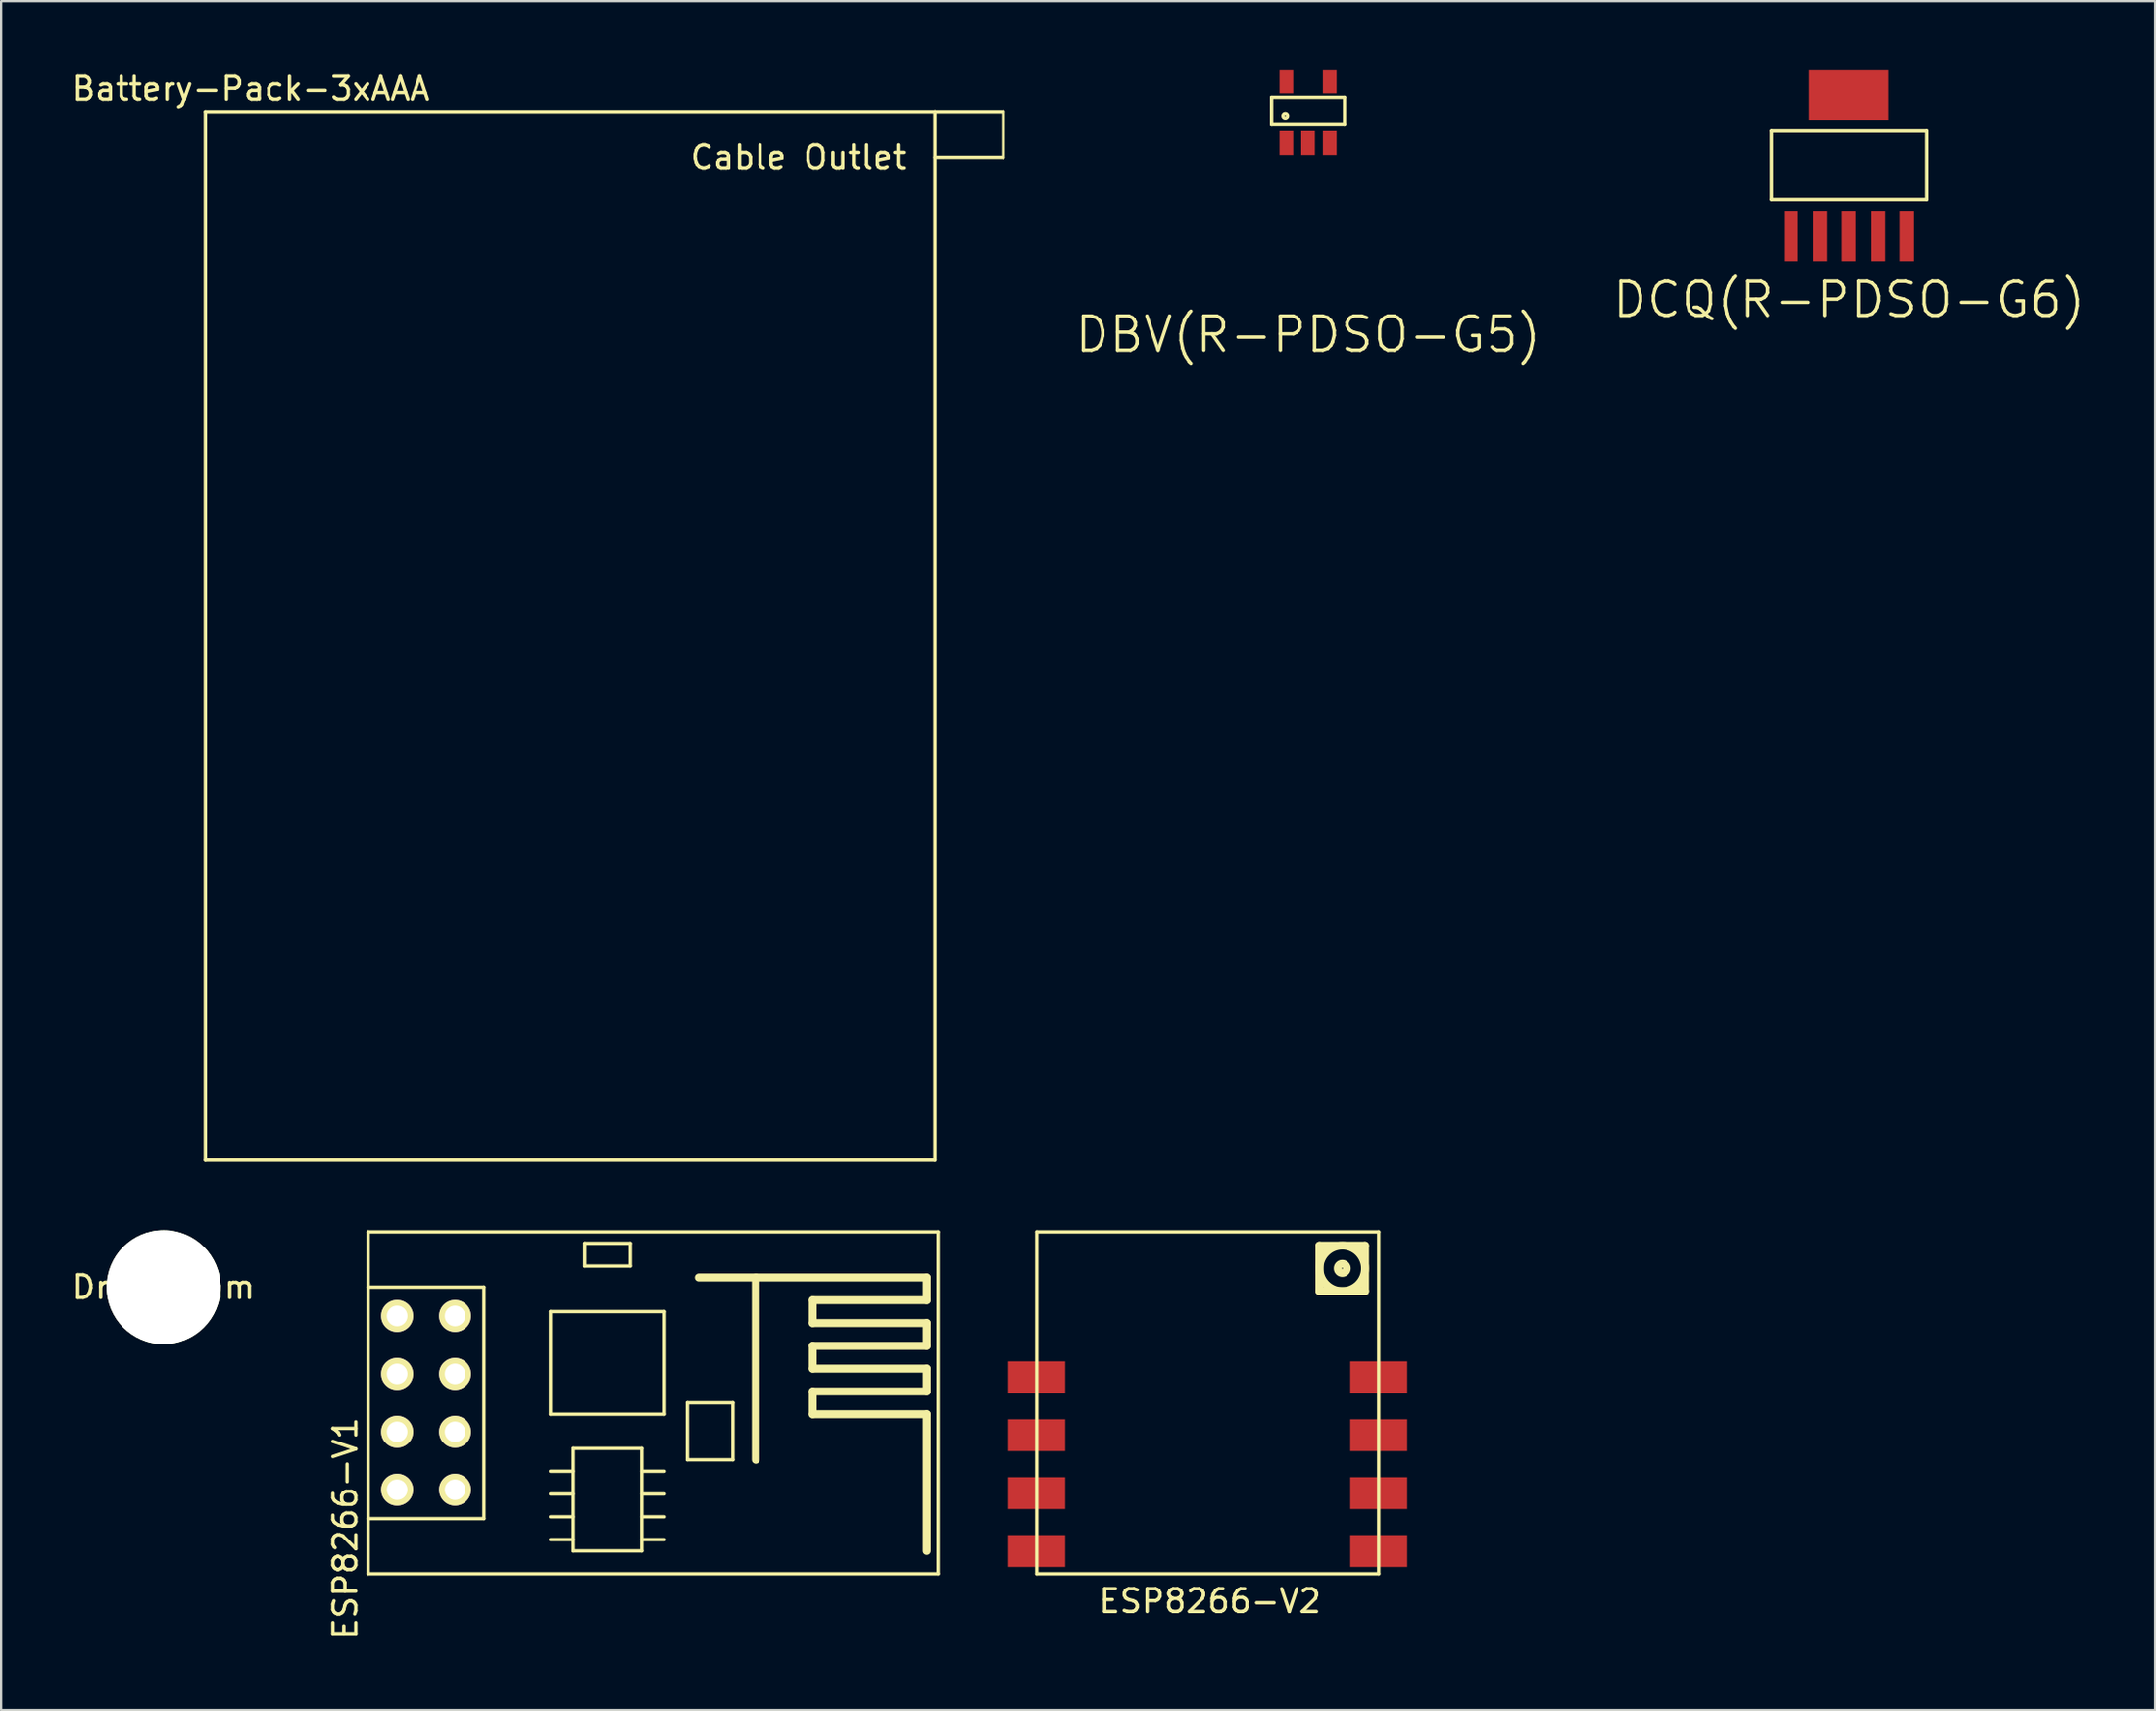
<source format=kicad_pcb>
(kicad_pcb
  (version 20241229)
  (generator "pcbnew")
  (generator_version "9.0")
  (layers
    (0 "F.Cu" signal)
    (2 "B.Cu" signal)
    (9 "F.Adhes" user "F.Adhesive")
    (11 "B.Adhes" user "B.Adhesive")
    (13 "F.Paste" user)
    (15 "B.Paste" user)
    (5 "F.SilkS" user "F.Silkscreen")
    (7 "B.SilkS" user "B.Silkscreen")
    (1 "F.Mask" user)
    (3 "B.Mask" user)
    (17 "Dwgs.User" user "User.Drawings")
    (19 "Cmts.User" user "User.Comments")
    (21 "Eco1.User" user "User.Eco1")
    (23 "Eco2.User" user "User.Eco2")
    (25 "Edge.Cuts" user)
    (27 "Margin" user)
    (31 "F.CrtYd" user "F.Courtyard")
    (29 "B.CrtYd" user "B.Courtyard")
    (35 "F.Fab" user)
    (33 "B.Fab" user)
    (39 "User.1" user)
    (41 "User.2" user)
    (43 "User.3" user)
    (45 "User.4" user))
  (footprint "ESP8266-V1"
    (layer "F.Cu")
    (at 14.368 54.688)
    (property "Reference" "ESP8266-V1" (at -2.27 9.31 90) (layer "F.SilkS") (effects (font (size 1 1) (thickness 0.15))))
    (attr through_hole)
    (fp_line (start -1.27 -3.69) (end 23.73 -3.69) (stroke (width 0.15) (type solid)) (layer "F.SilkS"))
    (fp_line (start -1.27 8.89) (end 3.81 8.89) (stroke (width 0.15) (type solid)) (layer "F.SilkS"))
    (fp_line (start -1.27 11.31) (end -1.27 -3.69) (stroke (width 0.15) (type solid)) (layer "F.SilkS"))
    (fp_line (start 3.81 -1.27) (end -1.27 -1.27) (stroke (width 0.15) (type solid)) (layer "F.SilkS"))
    (fp_line (start 3.81 8.89) (end 3.81 -1.27) (stroke (width 0.15) (type solid)) (layer "F.SilkS"))
    (fp_line (start 6.73 -0.19) (end 6.73 4.31) (stroke (width 0.15) (type solid)) (layer "F.SilkS"))
    (fp_line (start 6.73 4.31) (end 11.73 4.31) (stroke (width 0.15) (type solid)) (layer "F.SilkS"))
    (fp_line (start 7.73 5.81) (end 10.73 5.81) (stroke (width 0.15) (type solid)) (layer "F.SilkS"))
    (fp_line (start 7.73 6.81) (end 6.73 6.81) (stroke (width 0.15) (type solid)) (layer "F.SilkS"))
    (fp_line (start 7.73 7.81) (end 6.73 7.81) (stroke (width 0.15) (type solid)) (layer "F.SilkS"))
    (fp_line (start 7.73 8.81) (end 6.73 8.81) (stroke (width 0.15) (type solid)) (layer "F.SilkS"))
    (fp_line (start 7.73 9.81) (end 6.73 9.81) (stroke (width 0.15) (type solid)) (layer "F.SilkS"))
    (fp_line (start 7.73 10.31) (end 7.73 5.81) (stroke (width 0.15) (type solid)) (layer "F.SilkS"))
    (fp_line (start 8.23 -3.19) (end 8.23 -2.19) (stroke (width 0.15) (type solid)) (layer "F.SilkS"))
    (fp_line (start 8.23 -2.19) (end 10.23 -2.19) (stroke (width 0.15) (type solid)) (layer "F.SilkS"))
    (fp_line (start 10.23 -3.19) (end 8.23 -3.19) (stroke (width 0.15) (type solid)) (layer "F.SilkS"))
    (fp_line (start 10.23 -2.19) (end 10.23 -3.19) (stroke (width 0.15) (type solid)) (layer "F.SilkS"))
    (fp_line (start 10.73 5.81) (end 10.73 10.31) (stroke (width 0.15) (type solid)) (layer "F.SilkS"))
    (fp_line (start 10.73 6.81) (end 11.73 6.81) (stroke (width 0.15) (type solid)) (layer "F.SilkS"))
    (fp_line (start 10.73 7.81) (end 11.73 7.81) (stroke (width 0.15) (type solid)) (layer "F.SilkS"))
    (fp_line (start 10.73 8.81) (end 11.73 8.81) (stroke (width 0.15) (type solid)) (layer "F.SilkS"))
    (fp_line (start 10.73 9.81) (end 11.73 9.81) (stroke (width 0.15) (type solid)) (layer "F.SilkS"))
    (fp_line (start 10.73 10.31) (end 7.73 10.31) (stroke (width 0.15) (type solid)) (layer "F.SilkS"))
    (fp_line (start 11.73 -0.19) (end 6.73 -0.19) (stroke (width 0.15) (type solid)) (layer "F.SilkS"))
    (fp_line (start 11.73 4.31) (end 11.73 -0.19) (stroke (width 0.15) (type solid)) (layer "F.SilkS"))
    (fp_line (start 12.73 3.81) (end 14.73 3.81) (stroke (width 0.15) (type solid)) (layer "F.SilkS"))
    (fp_line (start 12.73 6.31) (end 12.73 3.81) (stroke (width 0.15) (type solid)) (layer "F.SilkS"))
    (fp_line (start 13.23 -1.69) (end 23.23 -1.69) (stroke (width 0.35) (type solid)) (layer "F.SilkS"))
    (fp_line (start 14.73 3.81) (end 14.73 6.31) (stroke (width 0.15) (type solid)) (layer "F.SilkS"))
    (fp_line (start 14.73 6.31) (end 12.73 6.31) (stroke (width 0.15) (type solid)) (layer "F.SilkS"))
    (fp_line (start 15.73 -1.69) (end 15.73 6.31) (stroke (width 0.35) (type solid)) (layer "F.SilkS"))
    (fp_line (start 18.23 -0.69) (end 18.23 0.31) (stroke (width 0.35) (type solid)) (layer "F.SilkS"))
    (fp_line (start 18.23 0.31) (end 23.23 0.31) (stroke (width 0.35) (type solid)) (layer "F.SilkS"))
    (fp_line (start 18.23 1.31) (end 18.23 2.31) (stroke (width 0.35) (type solid)) (layer "F.SilkS"))
    (fp_line (start 18.23 2.31) (end 23.23 2.31) (stroke (width 0.35) (type solid)) (layer "F.SilkS"))
    (fp_line (start 18.23 3.31) (end 18.23 4.31) (stroke (width 0.35) (type solid)) (layer "F.SilkS"))
    (fp_line (start 18.23 4.31) (end 23.23 4.31) (stroke (width 0.35) (type solid)) (layer "F.SilkS"))
    (fp_line (start 23.23 -1.69) (end 23.23 -0.69) (stroke (width 0.35) (type solid)) (layer "F.SilkS"))
    (fp_line (start 23.23 -0.69) (end 18.23 -0.69) (stroke (width 0.35) (type solid)) (layer "F.SilkS"))
    (fp_line (start 23.23 0.31) (end 23.23 1.31) (stroke (width 0.35) (type solid)) (layer "F.SilkS"))
    (fp_line (start 23.23 1.31) (end 18.23 1.31) (stroke (width 0.35) (type solid)) (layer "F.SilkS"))
    (fp_line (start 23.23 2.31) (end 23.23 3.31) (stroke (width 0.35) (type solid)) (layer "F.SilkS"))
    (fp_line (start 23.23 3.31) (end 18.23 3.31) (stroke (width 0.35) (type solid)) (layer "F.SilkS"))
    (fp_line (start 23.23 4.31) (end 23.23 10.31) (stroke (width 0.35) (type solid)) (layer "F.SilkS"))
    (fp_line (start 23.73 -3.69) (end 23.73 11.31) (stroke (width 0.15) (type solid)) (layer "F.SilkS"))
    (fp_line (start 23.73 11.31) (end -1.27 11.31) (stroke (width 0.15) (type solid)) (layer "F.SilkS"))
    (pad "1" thru_hole circle (at 0 0 90) (size 1.4 1.4) (drill 0.9) (layers "*.Cu" "*.Mask" "F.SilkS"))
    (pad "2" thru_hole circle (at 2.54 0 90) (size 1.4 1.4) (drill 0.9) (layers "*.Cu" "*.Mask" "F.SilkS"))
    (pad "3" thru_hole circle (at 0 2.54 90) (size 1.4 1.4) (drill 0.9) (layers "*.Cu" "*.Mask" "F.SilkS"))
    (pad "4" thru_hole circle (at 2.54 2.54 90) (size 1.4 1.4) (drill 0.9) (layers "*.Cu" "*.Mask" "F.SilkS"))
    (pad "5" thru_hole circle (at 0 5.08 90) (size 1.4 1.4) (drill 0.9) (layers "*.Cu" "*.Mask" "F.SilkS"))
    (pad "6" thru_hole circle (at 2.54 5.08 90) (size 1.4 1.4) (drill 0.9) (layers "*.Cu" "*.Mask" "F.SilkS"))
    (pad "7" thru_hole circle (at 0 7.62 90) (size 1.4 1.4) (drill 0.9) (layers "*.Cu" "*.Mask" "F.SilkS"))
    (pad "8" thru_hole circle (at 2.54 7.62 90) (size 1.4 1.4) (drill 0.9) (layers "*.Cu" "*.Mask" "F.SilkS")))
  (footprint "Battery-Pack-3xAAA"
    (layer "F.Cu")
    (at 21.958 24.848)
    (property "Reference" "Battery-Pack-3xAAA" (at -14 -24 0) (layer "F.SilkS") (effects (font (size 1 1) (thickness 0.15))))
    (attr through_hole)
    (fp_line (start -16 -23) (end -16 23) (stroke (width 0.15) (type solid)) (layer "F.SilkS"))
    (fp_line (start -16 23) (end 16 23) (stroke (width 0.15) (type solid)) (layer "F.SilkS"))
    (fp_line (start 16 -23) (end -16 -23) (stroke (width 0.15) (type solid)) (layer "F.SilkS"))
    (fp_line (start 16 -23) (end 19 -23) (stroke (width 0.15) (type solid)) (layer "F.SilkS"))
    (fp_line (start 16 23) (end 16 -23) (stroke (width 0.15) (type solid)) (layer "F.SilkS"))
    (fp_line (start 19 -23) (end 19 -21) (stroke (width 0.15) (type solid)) (layer "F.SilkS"))
    (fp_line (start 19 -21) (end 16 -21) (stroke (width 0.15) (type solid)) (layer "F.SilkS"))
    (fp_text user "Cable Outlet" (at 10 -21 0) (layer "F.SilkS") (effects (font (size 1 1) (thickness 0.15)))))
  (footprint "ESP8266-V2"
    (layer "F.Cu")
    (at 49.923 64.998)
    (property "Reference" "ESP8266-V2" (at 0.1 2.2 0) (layer "F.SilkS") (effects (font (size 1 1) (thickness 0.15))))
    (attr through_hole)
    (fp_line (start -7.5 -14) (end 7.5 -14) (stroke (width 0.15) (type solid)) (layer "F.SilkS"))
    (fp_line (start -7.5 1) (end -7.5 -14) (stroke (width 0.15) (type solid)) (layer "F.SilkS"))
    (fp_line (start 4.9 -13.4) (end 4.9 -11.4) (stroke (width 0.35) (type solid)) (layer "F.SilkS"))
    (fp_line (start 4.9 -11.4) (end 6.9 -11.4) (stroke (width 0.35) (type solid)) (layer "F.SilkS"))
    (fp_line (start 6.9 -13.4) (end 4.9 -13.4) (stroke (width 0.35) (type solid)) (layer "F.SilkS"))
    (fp_line (start 6.9 -11.4) (end 6.9 -13.4) (stroke (width 0.35) (type solid)) (layer "F.SilkS"))
    (fp_line (start 7.5 -14) (end 7.5 1) (stroke (width 0.15) (type solid)) (layer "F.SilkS"))
    (fp_line (start 7.5 1) (end -7.5 1) (stroke (width 0.15) (type solid)) (layer "F.SilkS"))
    (fp_circle (center 5.9 -12.4) (end 4.9 -12.4) (stroke (width 0.35) (type solid)) (fill no) (layer "F.SilkS"))
    (fp_circle (center 5.9 -12.4) (end 5.7 -12.4) (stroke (width 0.35) (type solid)) (fill no) (layer "F.SilkS"))
    (pad "1" smd rect (at -7.5 -2.54) (size 2.5 1.4) (layers "F.Cu" "F.Mask" "F.Paste"))
    (pad "2" smd rect (at -7.5 -7.62) (size 2.5 1.4) (layers "F.Cu" "F.Mask" "F.Paste"))
    (pad "3" smd rect (at 7.5 0) (size 2.5 1.4) (layers "F.Cu" "F.Mask" "F.Paste"))
    (pad "4" smd rect (at 7.5 -5.08) (size 2.5 1.4) (layers "F.Cu" "F.Mask" "F.Paste"))
    (pad "5" smd rect (at 7.5 -7.62) (size 2.5 1.4) (layers "F.Cu" "F.Mask" "F.Paste"))
    (pad "6" smd rect (at 7.5 -2.54) (size 2.5 1.4) (layers "F.Cu" "F.Mask" "F.Paste"))
    (pad "7" smd rect (at -7.5 0) (size 2.5 1.4) (layers "F.Cu" "F.Mask" "F.Paste"))
    (pad "8" smd rect (at -7.5 -5.08) (size 2.5 1.4) (layers "F.Cu" "F.Mask" "F.Paste")))
  (footprint "DCQ(R-PDSO-G6)"
    (layer "F.Cu")
    (at 78.044 1.1)
    (property "Reference" "DCQ(R-PDSO-G6)" (at 0 9 0) (layer "F.SilkS") (effects (font (size 1.5 1.5) (thickness 0.15))))
    (attr through_hole)
    (fp_line (start -3.4 1.6) (end -3.4 4.6) (stroke (width 0.15) (type solid)) (layer "F.SilkS"))
    (fp_line (start -3.4 4.6) (end 3.4 4.6) (stroke (width 0.15) (type solid)) (layer "F.SilkS"))
    (fp_line (start 3.4 1.6) (end -3.4 1.6) (stroke (width 0.15) (type solid)) (layer "F.SilkS"))
    (fp_line (start 3.4 4.6) (end 3.4 1.6) (stroke (width 0.15) (type solid)) (layer "F.SilkS"))
    (pad "1" smd rect (at -2.54 6.2) (size 0.6 2.2) (layers "F.Cu" "F.Mask" "F.Paste"))
    (pad "2" smd rect (at -1.27 6.2) (size 0.6 2.2) (layers "F.Cu" "F.Mask" "F.Paste"))
    (pad "3" smd rect (at 0 6.2) (size 0.6 2.2) (layers "F.Cu" "F.Mask" "F.Paste"))
    (pad "4" smd rect (at 1.27 6.2) (size 0.6 2.2) (layers "F.Cu" "F.Mask" "F.Paste"))
    (pad "5" smd rect (at 2.54 6.2) (size 0.6 2.2) (layers "F.Cu" "F.Mask" "F.Paste"))
    (pad "6" smd rect (at 0 0) (size 3.5 2.2) (layers "F.Cu" "F.Mask" "F.Paste")))
  (footprint "DBV(R-PDSO-G5)"
    (layer "F.Cu")
    (at 54.323 3.225)
    (property "Reference" "DBV(R-PDSO-G5)" (at 0 8.4 0) (layer "F.SilkS") (effects (font (size 1.5 1.5) (thickness 0.15))))
    (attr through_hole)
    (fp_line (start -1.6 -2) (end 1.6 -2) (stroke (width 0.15) (type solid)) (layer "F.SilkS"))
    (fp_line (start -1.6 -0.8) (end -1.6 -2) (stroke (width 0.15) (type solid)) (layer "F.SilkS"))
    (fp_line (start 1.6 -2) (end 1.6 -0.8) (stroke (width 0.15) (type solid)) (layer "F.SilkS"))
    (fp_line (start 1.6 -0.8) (end -1.6 -0.8) (stroke (width 0.15) (type solid)) (layer "F.SilkS"))
    (fp_circle (center -1 -1.2) (end -0.9 -1.2) (stroke (width 0.15) (type solid)) (fill no) (layer "F.SilkS"))
    (pad "1" smd rect (at -0.95 0) (size 0.6 1.05) (layers "F.Cu" "F.Mask" "F.Paste"))
    (pad "2" smd rect (at 0 0) (size 0.6 1.05) (layers "F.Cu" "F.Mask" "F.Paste"))
    (pad "3" smd rect (at 0.95 0) (size 0.6 1.05) (layers "F.Cu" "F.Mask" "F.Paste"))
    (pad "4" smd rect (at 0.95 -2.7) (size 0.6 1.05) (layers "F.Cu" "F.Mask" "F.Paste"))
    (pad "5" smd rect (at -0.95 -2.7) (size 0.6 1.05) (layers "F.Cu" "F.Mask" "F.Paste")))
  (footprint "Drill-5mm"
    (layer "F.Cu")
    (at 4.125 53.423)
    (property "Reference" "Drill-5mm" (at 0 0 0) (layer "F.SilkS") (effects (font (size 1 1) (thickness 0.15))))
    (attr through_hole)
    (pad "" np_thru_hole circle (at 0 0) (size 5 5) (drill 5) (layers "*.Cu" "*.Mask" "F.SilkS")))
  (gr_rect
    (start -3 -3)
    (end 91.476 71.98)
    (stroke (width 0.1) (type default))
    (fill no)
    (layer "Edge.Cuts")))
</source>
